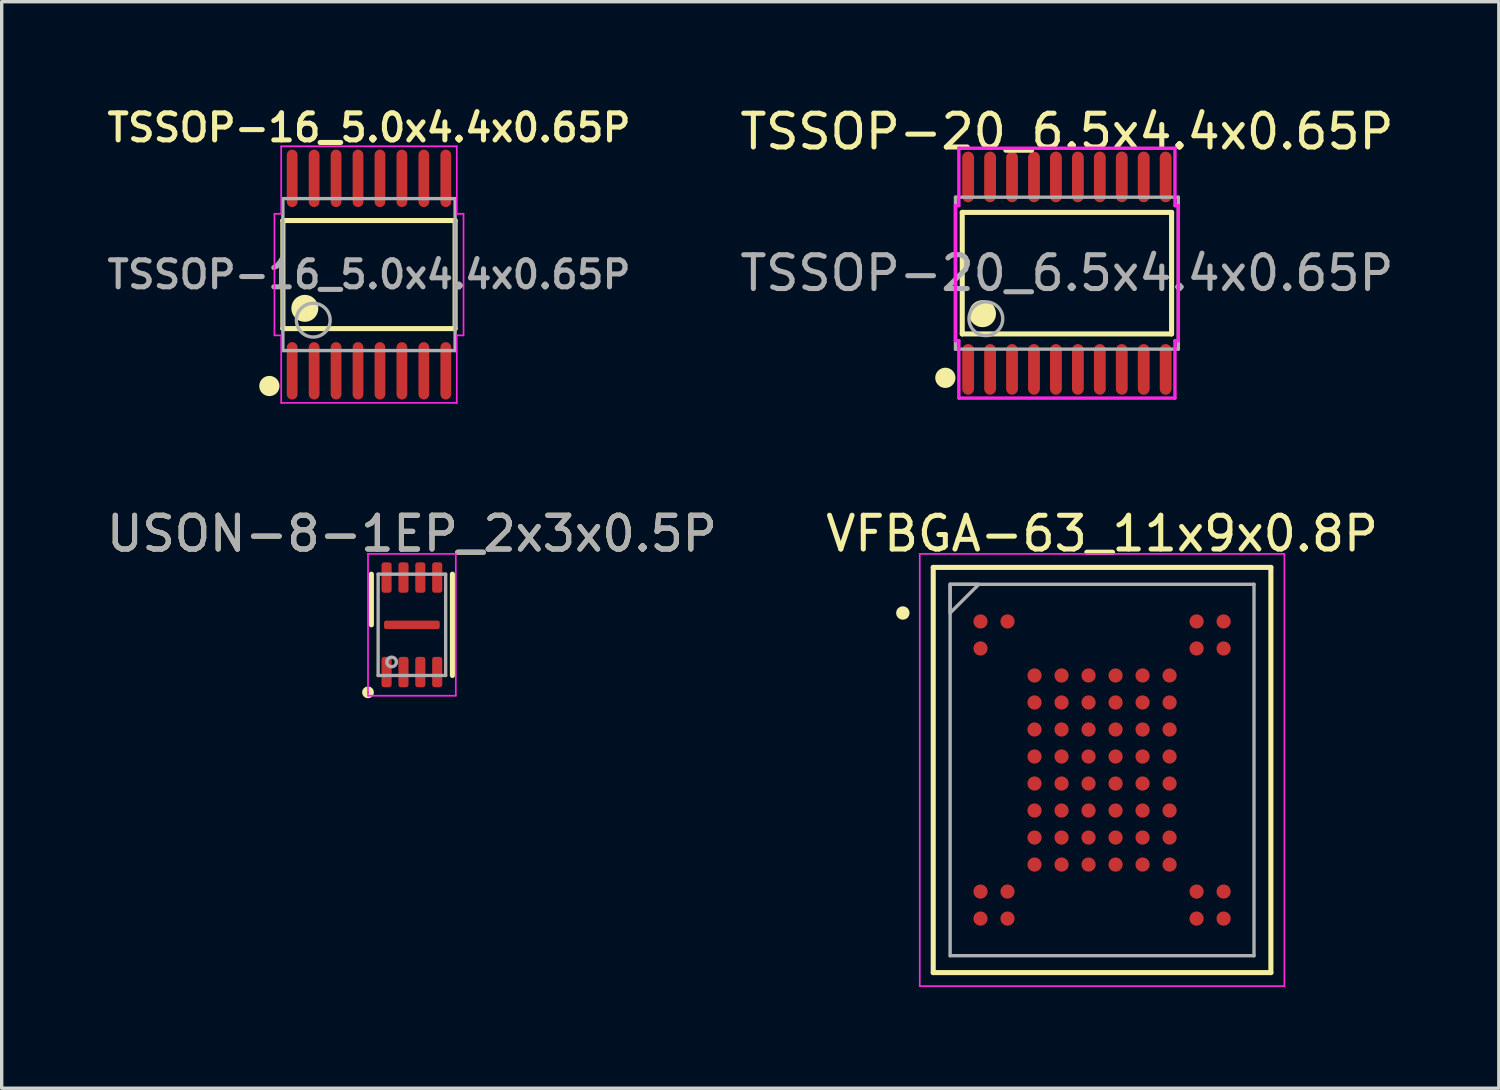
<source format=kicad_pcb>
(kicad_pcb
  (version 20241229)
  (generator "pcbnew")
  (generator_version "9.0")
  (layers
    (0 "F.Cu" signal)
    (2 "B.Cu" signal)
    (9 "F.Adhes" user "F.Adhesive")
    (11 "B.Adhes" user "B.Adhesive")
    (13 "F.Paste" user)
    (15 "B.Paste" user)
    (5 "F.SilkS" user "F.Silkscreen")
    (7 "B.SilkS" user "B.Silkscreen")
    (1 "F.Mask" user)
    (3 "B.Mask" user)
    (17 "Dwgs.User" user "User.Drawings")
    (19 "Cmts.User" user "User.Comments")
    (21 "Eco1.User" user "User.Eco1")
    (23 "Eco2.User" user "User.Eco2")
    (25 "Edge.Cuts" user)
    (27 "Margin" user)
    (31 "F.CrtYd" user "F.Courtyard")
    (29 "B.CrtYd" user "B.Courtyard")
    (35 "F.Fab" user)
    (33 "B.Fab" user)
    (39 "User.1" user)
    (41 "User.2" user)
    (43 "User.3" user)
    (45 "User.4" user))
  (footprint "TSSOP-20_6.5x4.4x0.65P"
    (layer "F.Cu")
    (at 28.548 5.04)
    (property "Reference" "TSSOP-20_6.5x4.4x0.65P" (at 0 -4.192 0) (layer "F.SilkS") (effects (font (size 1 1) (thickness 0.15))))
    (attr smd)
    (fp_line (start -3.1 -1.8) (end 3.1 -1.8) (stroke (width 0.15) (type solid)) (layer "F.SilkS"))
    (fp_line (start -3.1 1.8) (end -3.1 -1.8) (stroke (width 0.15) (type solid)) (layer "F.SilkS"))
    (fp_line (start -3.1 1.8) (end 3.1 1.8) (stroke (width 0.15) (type solid)) (layer "F.SilkS"))
    (fp_line (start 3.1 1.8) (end 3.1 -1.8) (stroke (width 0.15) (type solid)) (layer "F.SilkS"))
    (fp_circle (center -3.6 3.1) (end -3.45 3.1) (stroke (width 0.3) (type solid)) (fill no) (layer "F.SilkS"))
    (fp_circle (center -2.5 1.2) (end -2.3 1.2) (stroke (width 0.4) (type solid)) (fill no) (layer "F.SilkS"))
    (fp_line (start -3.3 -2) (end -3.2 -2) (stroke (width 0.1) (type solid)) (layer "F.CrtYd"))
    (fp_line (start -3.3 2) (end -3.3 -2) (stroke (width 0.1) (type solid)) (layer "F.CrtYd"))
    (fp_line (start -3.3 2) (end -3.2 2) (stroke (width 0.1) (type solid)) (layer "F.CrtYd"))
    (fp_line (start -3.2 -3.7) (end 3.2 -3.7) (stroke (width 0.1) (type solid)) (layer "F.CrtYd"))
    (fp_line (start -3.2 -2) (end -3.2 -3.7) (stroke (width 0.1) (type solid)) (layer "F.CrtYd"))
    (fp_line (start -3.2 3.7) (end -3.2 2) (stroke (width 0.1) (type solid)) (layer "F.CrtYd"))
    (fp_line (start 3.2 -3.7) (end 3.2 -2) (stroke (width 0.1) (type solid)) (layer "F.CrtYd"))
    (fp_line (start 3.2 2) (end 3.2 3.7) (stroke (width 0.1) (type solid)) (layer "F.CrtYd"))
    (fp_line (start 3.2 3.7) (end -3.2 3.7) (stroke (width 0.1) (type solid)) (layer "F.CrtYd"))
    (fp_line (start 3.3 -2) (end 3.2 -2) (stroke (width 0.1) (type solid)) (layer "F.CrtYd"))
    (fp_line (start 3.3 -2) (end 3.3 2) (stroke (width 0.1) (type solid)) (layer "F.CrtYd"))
    (fp_line (start 3.3 2) (end 3.2 2) (stroke (width 0.1) (type solid)) (layer "F.CrtYd"))
    (fp_line (start -3.3 -2.25) (end -3.3 2.25) (stroke (width 0.1) (type solid)) (layer "F.Fab"))
    (fp_line (start -3.3 -2.25) (end 3.3 -2.25) (stroke (width 0.1) (type solid)) (layer "F.Fab"))
    (fp_line (start -3.3 2.25) (end 3.3 2.25) (stroke (width 0.1) (type solid)) (layer "F.Fab"))
    (fp_line (start 3.3 2.25) (end 3.3 -2.25) (stroke (width 0.1) (type solid)) (layer "F.Fab"))
    (fp_circle (center -2.4 1.35) (end -1.9 1.35) (stroke (width 0.1) (type solid)) (fill no) (layer "F.Fab"))
    (fp_text user "${REFERENCE}" (at 0 0 0) (layer "F.Fab") (effects (font (size 1 1) (thickness 0.15))))
    (pad "1" smd oval (at -2.925 2.85 180) (size 0.35 1.5) (layers "F.Cu" "F.Mask" "F.Paste"))
    (pad "2" smd oval (at -2.275 2.85 180) (size 0.35 1.5) (layers "F.Cu" "F.Mask" "F.Paste"))
    (pad "3" smd oval (at -1.625 2.85 180) (size 0.35 1.5) (layers "F.Cu" "F.Mask" "F.Paste"))
    (pad "4" smd oval (at -0.975 2.85 180) (size 0.35 1.5) (layers "F.Cu" "F.Mask" "F.Paste"))
    (pad "5" smd oval (at -0.325 2.85 180) (size 0.35 1.5) (layers "F.Cu" "F.Mask" "F.Paste"))
    (pad "6" smd oval (at 0.325 2.85 180) (size 0.35 1.5) (layers "F.Cu" "F.Mask" "F.Paste"))
    (pad "7" smd oval (at 0.975 2.85 180) (size 0.35 1.5) (layers "F.Cu" "F.Mask" "F.Paste"))
    (pad "8" smd oval (at 1.625 2.85 180) (size 0.35 1.5) (layers "F.Cu" "F.Mask" "F.Paste"))
    (pad "9" smd oval (at 2.275 2.85 180) (size 0.35 1.5) (layers "F.Cu" "F.Mask" "F.Paste"))
    (pad "10" smd oval (at 2.925 2.85 180) (size 0.35 1.5) (layers "F.Cu" "F.Mask" "F.Paste"))
    (pad "11" smd oval (at 2.925 -2.85 180) (size 0.35 1.5) (layers "F.Cu" "F.Mask" "F.Paste"))
    (pad "12" smd oval (at 2.275 -2.85 180) (size 0.35 1.5) (layers "F.Cu" "F.Mask" "F.Paste"))
    (pad "13" smd oval (at 1.625 -2.85 180) (size 0.35 1.5) (layers "F.Cu" "F.Mask" "F.Paste"))
    (pad "14" smd oval (at 0.975 -2.85 180) (size 0.35 1.5) (layers "F.Cu" "F.Mask" "F.Paste"))
    (pad "15" smd oval (at 0.325 -2.85 180) (size 0.35 1.5) (layers "F.Cu" "F.Mask" "F.Paste"))
    (pad "16" smd oval (at -0.325 -2.85 180) (size 0.35 1.5) (layers "F.Cu" "F.Mask" "F.Paste"))
    (pad "17" smd oval (at -0.975 -2.85 180) (size 0.35 1.5) (layers "F.Cu" "F.Mask" "F.Paste"))
    (pad "18" smd oval (at -1.625 -2.85 180) (size 0.35 1.5) (layers "F.Cu" "F.Mask" "F.Paste"))
    (pad "19" smd oval (at -2.275 -2.85 180) (size 0.35 1.5) (layers "F.Cu" "F.Mask" "F.Paste"))
    (pad "20" smd oval (at -2.925 -2.85 180) (size 0.35 1.5) (layers "F.Cu" "F.Mask" "F.Paste")))
  (footprint "TSSOP-16_5.0x4.4x0.65P"
    (layer "F.Cu")
    (at 7.878 5.082)
    (property "Reference" "TSSOP-16_5.0x4.4x0.65P" (at 0 -4.351 0) (layer "F.SilkS") (effects (font (size 0.8 0.8) (thickness 0.15))))
    (attr smd)
    (fp_line (start -2.55 -1.6) (end 2.55 -1.6) (stroke (width 0.15) (type solid)) (layer "F.SilkS"))
    (fp_line (start -2.55 1.6) (end -2.55 -1.6) (stroke (width 0.15) (type solid)) (layer "F.SilkS"))
    (fp_line (start -2.55 1.6) (end 2.55 1.6) (stroke (width 0.15) (type solid)) (layer "F.SilkS"))
    (fp_line (start 2.55 1.6) (end 2.55 -1.6) (stroke (width 0.15) (type solid)) (layer "F.SilkS"))
    (fp_circle (center -2.95 3.3) (end -2.8 3.3) (stroke (width 0.3) (type solid)) (fill no) (layer "F.SilkS"))
    (fp_circle (center -1.9 1) (end -1.7 1) (stroke (width 0.4) (type solid)) (fill no) (layer "F.SilkS"))
    (fp_line (start -2.8 -1.8) (end -2.8 1.8) (stroke (width 0.05) (type solid)) (layer "F.CrtYd"))
    (fp_line (start -2.8 1.8) (end -2.6 1.8) (stroke (width 0.05) (type solid)) (layer "F.CrtYd"))
    (fp_line (start -2.6 -3.8) (end -2.6 -1.8) (stroke (width 0.05) (type solid)) (layer "F.CrtYd"))
    (fp_line (start -2.6 -1.8) (end -2.8 -1.8) (stroke (width 0.05) (type solid)) (layer "F.CrtYd"))
    (fp_line (start -2.6 1.8) (end -2.6 3.8) (stroke (width 0.05) (type solid)) (layer "F.CrtYd"))
    (fp_line (start -2.6 3.8) (end 2.6 3.8) (stroke (width 0.05) (type solid)) (layer "F.CrtYd"))
    (fp_line (start 2.6 -3.8) (end -2.6 -3.8) (stroke (width 0.05) (type solid)) (layer "F.CrtYd"))
    (fp_line (start 2.6 -1.8) (end 2.6 -3.8) (stroke (width 0.05) (type solid)) (layer "F.CrtYd"))
    (fp_line (start 2.6 1.8) (end 2.8 1.8) (stroke (width 0.05) (type solid)) (layer "F.CrtYd"))
    (fp_line (start 2.6 3.8) (end 2.6 1.8) (stroke (width 0.05) (type solid)) (layer "F.CrtYd"))
    (fp_line (start 2.8 -1.8) (end 2.6 -1.8) (stroke (width 0.05) (type solid)) (layer "F.CrtYd"))
    (fp_line (start 2.8 1.8) (end 2.8 -1.8) (stroke (width 0.05) (type solid)) (layer "F.CrtYd"))
    (fp_line (start -2.55 -2.25) (end 2.55 -2.25) (stroke (width 0.1) (type solid)) (layer "F.Fab"))
    (fp_line (start -2.55 2.25) (end -2.55 -2.25) (stroke (width 0.1) (type solid)) (layer "F.Fab"))
    (fp_line (start -2.55 2.25) (end 2.55 2.25) (stroke (width 0.1) (type solid)) (layer "F.Fab"))
    (fp_line (start 2.55 2.25) (end 2.55 -2.25) (stroke (width 0.1) (type solid)) (layer "F.Fab"))
    (fp_circle (center -1.65 1.35) (end -1.15 1.35) (stroke (width 0.1) (type solid)) (fill no) (layer "F.Fab"))
    (fp_text user "${REFERENCE}" (at 0 0 0) (layer "F.Fab") (effects (font (size 0.8 0.8) (thickness 0.15))))
    (pad "1" smd oval (at -2.275 2.85 180) (size 0.32 1.7) (layers "F.Cu" "F.Mask" "F.Paste"))
    (pad "2" smd oval (at -1.625 2.85 180) (size 0.32 1.7) (layers "F.Cu" "F.Mask" "F.Paste"))
    (pad "3" smd oval (at -0.975 2.85 180) (size 0.32 1.7) (layers "F.Cu" "F.Mask" "F.Paste"))
    (pad "4" smd oval (at -0.325 2.85 180) (size 0.32 1.7) (layers "F.Cu" "F.Mask" "F.Paste"))
    (pad "5" smd oval (at 0.325 2.85 180) (size 0.32 1.7) (layers "F.Cu" "F.Mask" "F.Paste"))
    (pad "6" smd oval (at 0.975 2.85 180) (size 0.32 1.7) (layers "F.Cu" "F.Mask" "F.Paste"))
    (pad "7" smd oval (at 1.625 2.85 180) (size 0.32 1.7) (layers "F.Cu" "F.Mask" "F.Paste"))
    (pad "8" smd oval (at 2.275 2.85 180) (size 0.32 1.7) (layers "F.Cu" "F.Mask" "F.Paste"))
    (pad "9" smd oval (at 2.275 -2.85 180) (size 0.32 1.7) (layers "F.Cu" "F.Mask" "F.Paste"))
    (pad "10" smd oval (at 1.625 -2.85 180) (size 0.32 1.7) (layers "F.Cu" "F.Mask" "F.Paste"))
    (pad "11" smd oval (at 0.975 -2.85 180) (size 0.32 1.7) (layers "F.Cu" "F.Mask" "F.Paste"))
    (pad "12" smd oval (at 0.325 -2.85 180) (size 0.32 1.7) (layers "F.Cu" "F.Mask" "F.Paste"))
    (pad "13" smd oval (at -0.325 -2.85 180) (size 0.32 1.7) (layers "F.Cu" "F.Mask" "F.Paste"))
    (pad "14" smd oval (at -0.975 -2.85 180) (size 0.32 1.7) (layers "F.Cu" "F.Mask" "F.Paste"))
    (pad "15" smd oval (at -1.625 -2.85 180) (size 0.32 1.7) (layers "F.Cu" "F.Mask" "F.Paste"))
    (pad "16" smd oval (at -2.275 -2.85 180) (size 0.32 1.7) (layers "F.Cu" "F.Mask" "F.Paste")))
  (footprint "VFBGA-63_11x9x0.8P"
    (layer "F.Cu")
    (at 29.589 19.755)
    (property "Reference" "VFBGA-63_11x9x0.8P" (at 0 -7 0) (layer "F.SilkS") (effects (font (size 1 1) (thickness 0.15))))
    (attr smd)
    (fp_line (start -5 -6) (end 5 -6) (stroke (width 0.15) (type solid)) (layer "F.SilkS"))
    (fp_line (start -5 6) (end -5 -6) (stroke (width 0.15) (type solid)) (layer "F.SilkS"))
    (fp_line (start 5 -6) (end 5 6) (stroke (width 0.15) (type solid)) (layer "F.SilkS"))
    (fp_line (start 5 6) (end -5 6) (stroke (width 0.15) (type solid)) (layer "F.SilkS"))
    (fp_circle (center -5.9 -4.65) (end -5.8 -4.65) (stroke (width 0.2) (type solid)) (fill no) (layer "F.SilkS"))
    (fp_line (start -5.4 -6.4) (end 5.4 -6.4) (stroke (width 0.05) (type solid)) (layer "F.CrtYd"))
    (fp_line (start -5.4 6.4) (end -5.4 -6.4) (stroke (width 0.05) (type solid)) (layer "F.CrtYd"))
    (fp_line (start 5.4 -6.4) (end 5.4 6.4) (stroke (width 0.05) (type solid)) (layer "F.CrtYd"))
    (fp_line (start 5.4 6.4) (end -5.4 6.4) (stroke (width 0.05) (type solid)) (layer "F.CrtYd"))
    (fp_line (start -4.5 -5.5) (end 4.5 -5.5) (stroke (width 0.1) (type solid)) (layer "F.Fab"))
    (fp_line (start -4.5 5.5) (end -4.5 -5.5) (stroke (width 0.1) (type solid)) (layer "F.Fab"))
    (fp_line (start 4.5 -5.5) (end 4.5 5.5) (stroke (width 0.1) (type solid)) (layer "F.Fab"))
    (fp_line (start 4.5 5.5) (end -4.5 5.5) (stroke (width 0.1) (type solid)) (layer "F.Fab"))
    (fp_poly (pts (xy -4.5 -4.65) (xy -3.65 -5.5) (xy -4.5 -5.5)) (stroke (width 0.1) (type solid)) (fill no) (layer "F.Fab"))
    (pad "A1" smd circle (at -3.6 -4.4) (size 0.42 0.42) (layers "F.Cu" "F.Mask" "F.Paste"))
    (pad "A2" smd circle (at -2.8 -4.4) (size 0.42 0.42) (layers "F.Cu" "F.Mask" "F.Paste"))
    (pad "A9" smd circle (at 2.8 -4.4) (size 0.42 0.42) (layers "F.Cu" "F.Mask" "F.Paste"))
    (pad "A10" smd circle (at 3.6 -4.4) (size 0.42 0.42) (layers "F.Cu" "F.Mask" "F.Paste"))
    (pad "B1" smd circle (at -3.6 -3.6) (size 0.42 0.42) (layers "F.Cu" "F.Mask" "F.Paste"))
    (pad "B9" smd circle (at 2.8 -3.6) (size 0.42 0.42) (layers "F.Cu" "F.Mask" "F.Paste"))
    (pad "B10" smd circle (at 3.6 -3.6) (size 0.42 0.42) (layers "F.Cu" "F.Mask" "F.Paste"))
    (pad "C3" smd circle (at -2 -2.8) (size 0.42 0.42) (layers "F.Cu" "F.Mask" "F.Paste"))
    (pad "C4" smd circle (at -1.2 -2.8) (size 0.42 0.42) (layers "F.Cu" "F.Mask" "F.Paste"))
    (pad "C5" smd circle (at -0.4 -2.8) (size 0.42 0.42) (layers "F.Cu" "F.Mask" "F.Paste"))
    (pad "C6" smd circle (at 0.4 -2.8) (size 0.42 0.42) (layers "F.Cu" "F.Mask" "F.Paste"))
    (pad "C7" smd circle (at 1.2 -2.8) (size 0.42 0.42) (layers "F.Cu" "F.Mask" "F.Paste"))
    (pad "C8" smd circle (at 2 -2.8) (size 0.42 0.42) (layers "F.Cu" "F.Mask" "F.Paste"))
    (pad "D3" smd circle (at -2 -2) (size 0.42 0.42) (layers "F.Cu" "F.Mask" "F.Paste"))
    (pad "D4" smd circle (at -1.2 -2) (size 0.42 0.42) (layers "F.Cu" "F.Mask" "F.Paste"))
    (pad "D5" smd circle (at -0.4 -2) (size 0.42 0.42) (layers "F.Cu" "F.Mask" "F.Paste"))
    (pad "D6" smd circle (at 0.4 -2) (size 0.42 0.42) (layers "F.Cu" "F.Mask" "F.Paste"))
    (pad "D7" smd circle (at 1.2 -2) (size 0.42 0.42) (layers "F.Cu" "F.Mask" "F.Paste"))
    (pad "D8" smd circle (at 2 -2) (size 0.42 0.42) (layers "F.Cu" "F.Mask" "F.Paste"))
    (pad "E3" smd circle (at -2 -1.2) (size 0.42 0.42) (layers "F.Cu" "F.Mask" "F.Paste"))
    (pad "E4" smd circle (at -1.2 -1.2) (size 0.42 0.42) (layers "F.Cu" "F.Mask" "F.Paste"))
    (pad "E5" smd circle (at -0.4 -1.2) (size 0.42 0.42) (layers "F.Cu" "F.Mask" "F.Paste"))
    (pad "E6" smd circle (at 0.4 -1.2) (size 0.42 0.42) (layers "F.Cu" "F.Mask" "F.Paste"))
    (pad "E7" smd circle (at 1.2 -1.2) (size 0.42 0.42) (layers "F.Cu" "F.Mask" "F.Paste"))
    (pad "E8" smd circle (at 2 -1.2) (size 0.42 0.42) (layers "F.Cu" "F.Mask" "F.Paste"))
    (pad "F3" smd circle (at -2 -0.4) (size 0.42 0.42) (layers "F.Cu" "F.Mask" "F.Paste"))
    (pad "F4" smd circle (at -1.2 -0.4) (size 0.42 0.42) (layers "F.Cu" "F.Mask" "F.Paste"))
    (pad "F5" smd circle (at -0.4 -0.4) (size 0.42 0.42) (layers "F.Cu" "F.Mask" "F.Paste"))
    (pad "F6" smd circle (at 0.4 -0.4) (size 0.42 0.42) (layers "F.Cu" "F.Mask" "F.Paste"))
    (pad "F7" smd circle (at 1.2 -0.4) (size 0.42 0.42) (layers "F.Cu" "F.Mask" "F.Paste"))
    (pad "F8" smd circle (at 2 -0.4) (size 0.42 0.42) (layers "F.Cu" "F.Mask" "F.Paste"))
    (pad "G3" smd circle (at -2 0.4) (size 0.42 0.42) (layers "F.Cu" "F.Mask" "F.Paste"))
    (pad "G4" smd circle (at -1.2 0.4) (size 0.42 0.42) (layers "F.Cu" "F.Mask" "F.Paste"))
    (pad "G5" smd circle (at -0.4 0.4) (size 0.42 0.42) (layers "F.Cu" "F.Mask" "F.Paste"))
    (pad "G6" smd circle (at 0.4 0.4) (size 0.42 0.42) (layers "F.Cu" "F.Mask" "F.Paste"))
    (pad "G7" smd circle (at 1.2 0.4) (size 0.42 0.42) (layers "F.Cu" "F.Mask" "F.Paste"))
    (pad "G8" smd circle (at 2 0.4) (size 0.42 0.42) (layers "F.Cu" "F.Mask" "F.Paste"))
    (pad "H3" smd circle (at -2 1.2) (size 0.42 0.42) (layers "F.Cu" "F.Mask" "F.Paste"))
    (pad "H4" smd circle (at -1.2 1.2) (size 0.42 0.42) (layers "F.Cu" "F.Mask" "F.Paste"))
    (pad "H5" smd circle (at -0.4 1.2) (size 0.42 0.42) (layers "F.Cu" "F.Mask" "F.Paste"))
    (pad "H6" smd circle (at 0.4 1.2) (size 0.42 0.42) (layers "F.Cu" "F.Mask" "F.Paste"))
    (pad "H7" smd circle (at 1.2 1.2) (size 0.42 0.42) (layers "F.Cu" "F.Mask" "F.Paste"))
    (pad "H8" smd circle (at 2 1.2) (size 0.42 0.42) (layers "F.Cu" "F.Mask" "F.Paste"))
    (pad "J3" smd circle (at -2 2) (size 0.42 0.42) (layers "F.Cu" "F.Mask" "F.Paste"))
    (pad "J4" smd circle (at -1.2 2) (size 0.42 0.42) (layers "F.Cu" "F.Mask" "F.Paste"))
    (pad "J5" smd circle (at -0.4 2) (size 0.42 0.42) (layers "F.Cu" "F.Mask" "F.Paste"))
    (pad "J6" smd circle (at 0.4 2) (size 0.42 0.42) (layers "F.Cu" "F.Mask" "F.Paste"))
    (pad "J7" smd circle (at 1.2 2) (size 0.42 0.42) (layers "F.Cu" "F.Mask" "F.Paste"))
    (pad "J8" smd circle (at 2 2) (size 0.42 0.42) (layers "F.Cu" "F.Mask" "F.Paste"))
    (pad "K3" smd circle (at -2 2.8) (size 0.42 0.42) (layers "F.Cu" "F.Mask" "F.Paste"))
    (pad "K4" smd circle (at -1.2 2.8) (size 0.42 0.42) (layers "F.Cu" "F.Mask" "F.Paste"))
    (pad "K5" smd circle (at -0.4 2.8) (size 0.42 0.42) (layers "F.Cu" "F.Mask" "F.Paste"))
    (pad "K6" smd circle (at 0.4 2.8) (size 0.42 0.42) (layers "F.Cu" "F.Mask" "F.Paste"))
    (pad "K7" smd circle (at 1.2 2.8) (size 0.42 0.42) (layers "F.Cu" "F.Mask" "F.Paste"))
    (pad "K8" smd circle (at 2 2.8) (size 0.42 0.42) (layers "F.Cu" "F.Mask" "F.Paste"))
    (pad "L1" smd circle (at -3.6 3.6) (size 0.42 0.42) (layers "F.Cu" "F.Mask" "F.Paste"))
    (pad "L2" smd circle (at -2.8 3.6) (size 0.42 0.42) (layers "F.Cu" "F.Mask" "F.Paste"))
    (pad "L9" smd circle (at 2.8 3.6) (size 0.42 0.42) (layers "F.Cu" "F.Mask" "F.Paste"))
    (pad "L10" smd circle (at 3.6 3.6) (size 0.42 0.42) (layers "F.Cu" "F.Mask" "F.Paste"))
    (pad "M1" smd circle (at -3.6 4.4) (size 0.42 0.42) (layers "F.Cu" "F.Mask" "F.Paste"))
    (pad "M2" smd circle (at -2.8 4.4) (size 0.42 0.42) (layers "F.Cu" "F.Mask" "F.Paste"))
    (pad "M9" smd circle (at 2.8 4.4) (size 0.42 0.42) (layers "F.Cu" "F.Mask" "F.Paste"))
    (pad "M10" smd circle (at 3.6 4.4) (size 0.42 0.42) (layers "F.Cu" "F.Mask" "F.Paste")))
  (footprint "USON-8-1EP_2x3x0.5P"
    (layer "F.Cu")
    (at 9.149 15.455)
    (property "Reference" "USON-8-1EP_2x3x0.5P" (at 0 -2.7 0) (layer "F.SilkS") (effects (font (size 1 1) (thickness 0.15))))
    (attr smd)
    (fp_line (start -1.2 0) (end -1.2 -1.5) (stroke (width 0.15) (type solid)) (layer "F.SilkS"))
    (fp_line (start 1.2 1.5) (end 1.2 -1.5) (stroke (width 0.15) (type solid)) (layer "F.SilkS"))
    (fp_circle (center -1.3 2) (end -1.3 1.9) (stroke (width 0.15) (type solid)) (fill no) (layer "F.SilkS"))
    (fp_line (start -1.3 -2.1) (end 1.3 -2.1) (stroke (width 0.05) (type solid)) (layer "F.CrtYd"))
    (fp_line (start -1.3 2.1) (end -1.3 -2.1) (stroke (width 0.05) (type solid)) (layer "F.CrtYd"))
    (fp_line (start 1.3 -2.1) (end 1.3 2.1) (stroke (width 0.05) (type solid)) (layer "F.CrtYd"))
    (fp_line (start 1.3 2.1) (end -1.3 2.1) (stroke (width 0.05) (type solid)) (layer "F.CrtYd"))
    (fp_line (start -1 -1.5) (end -1 1.5) (stroke (width 0.1) (type solid)) (layer "F.Fab"))
    (fp_line (start -1 1.5) (end 1 1.5) (stroke (width 0.1) (type solid)) (layer "F.Fab"))
    (fp_line (start 1 -1.5) (end -1 -1.5) (stroke (width 0.1) (type solid)) (layer "F.Fab"))
    (fp_line (start 1 1.5) (end 1 -1.5) (stroke (width 0.1) (type solid)) (layer "F.Fab"))
    (fp_circle (center -0.6 1.1) (end -0.5 1) (stroke (width 0.1) (type solid)) (fill no) (layer "F.Fab"))
    (fp_text user "${REFERENCE}" (at 0 -2.7 0) (layer "F.Fab") (effects (font (size 1 1) (thickness 0.15))))
    (pad "1" smd roundrect (at -0.75 1.4 90) (size 0.9 0.3) (layers "F.Cu" "F.Mask" "F.Paste") (roundrect_rratio 0.25))
    (pad "2" smd roundrect (at -0.25 1.4 90) (size 0.9 0.3) (layers "F.Cu" "F.Mask" "F.Paste") (roundrect_rratio 0.25))
    (pad "3" smd roundrect (at 0.25 1.4 90) (size 0.9 0.3) (layers "F.Cu" "F.Mask" "F.Paste") (roundrect_rratio 0.25))
    (pad "4" smd roundrect (at 0.75 1.4 90) (size 0.9 0.3) (layers "F.Cu" "F.Mask" "F.Paste") (roundrect_rratio 0.25))
    (pad "5" smd roundrect (at 0.75 -1.4 90) (size 0.9 0.3) (layers "F.Cu" "F.Mask" "F.Paste") (roundrect_rratio 0.25))
    (pad "6" smd roundrect (at 0.25 -1.4 90) (size 0.9 0.3) (layers "F.Cu" "F.Mask" "F.Paste") (roundrect_rratio 0.25))
    (pad "7" smd roundrect (at -0.25 -1.4 90) (size 0.9 0.3) (layers "F.Cu" "F.Mask" "F.Paste") (roundrect_rratio 0.25))
    (pad "8" smd roundrect (at -0.75 -1.4 90) (size 0.9 0.3) (layers "F.Cu" "F.Mask" "F.Paste") (roundrect_rratio 0.25))
    (pad "9" smd roundrect (at 0 0 90) (size 0.25 1.65) (layers "F.Cu" "F.Mask" "F.Paste") (roundrect_rratio 0.25)))
  (gr_rect
    (start -3 -3)
    (end 41.34 29.18)
    (stroke (width 0.1) (type default))
    (fill no)
    (layer "Edge.Cuts")))
</source>
